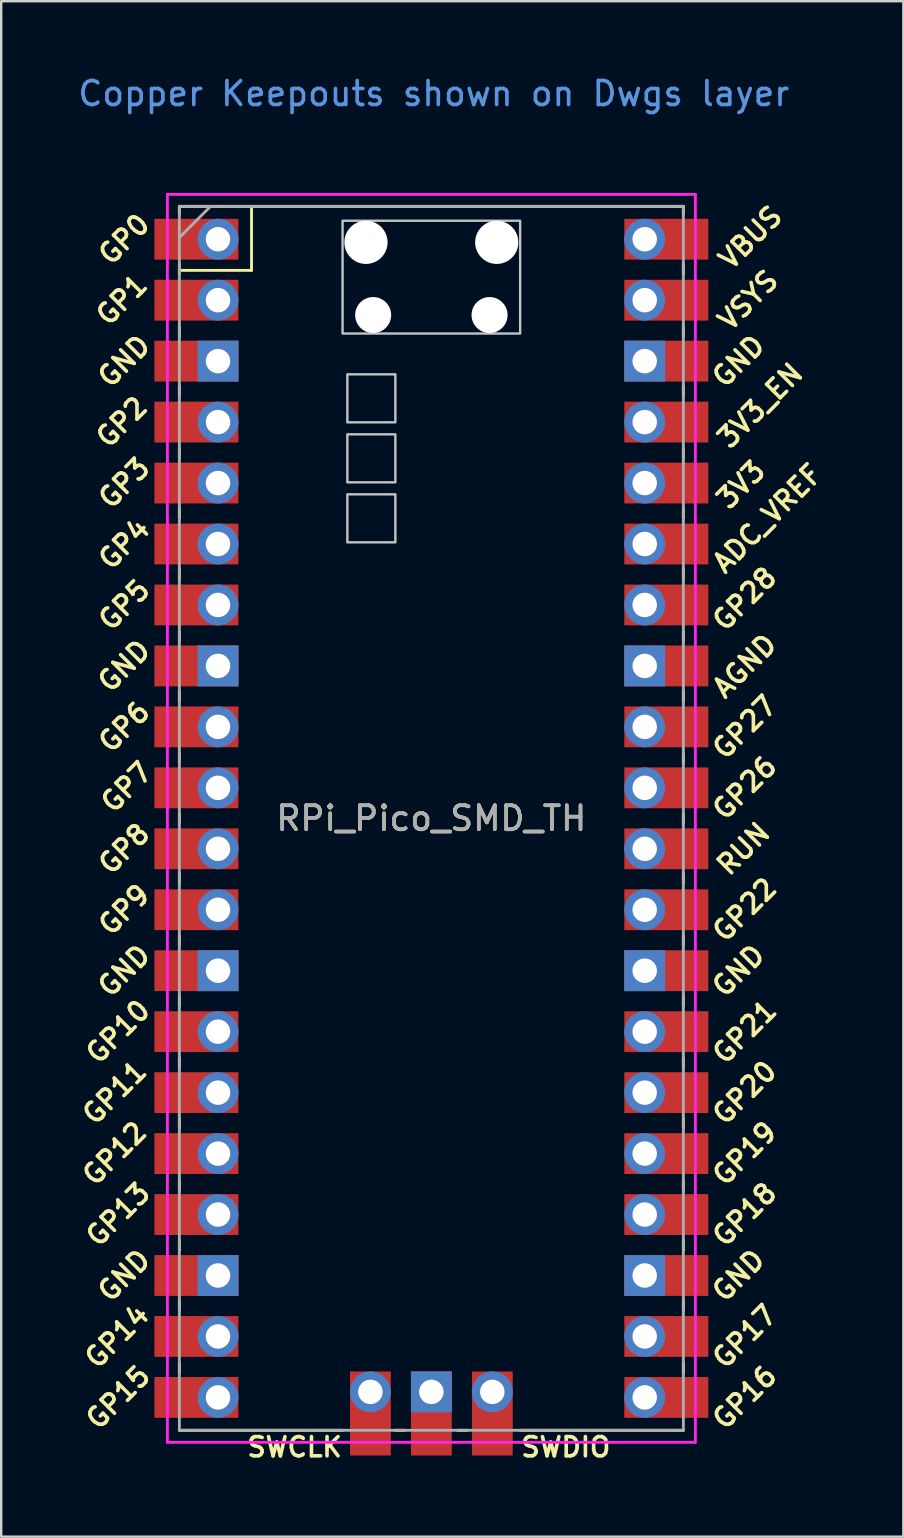
<source format=kicad_pcb>
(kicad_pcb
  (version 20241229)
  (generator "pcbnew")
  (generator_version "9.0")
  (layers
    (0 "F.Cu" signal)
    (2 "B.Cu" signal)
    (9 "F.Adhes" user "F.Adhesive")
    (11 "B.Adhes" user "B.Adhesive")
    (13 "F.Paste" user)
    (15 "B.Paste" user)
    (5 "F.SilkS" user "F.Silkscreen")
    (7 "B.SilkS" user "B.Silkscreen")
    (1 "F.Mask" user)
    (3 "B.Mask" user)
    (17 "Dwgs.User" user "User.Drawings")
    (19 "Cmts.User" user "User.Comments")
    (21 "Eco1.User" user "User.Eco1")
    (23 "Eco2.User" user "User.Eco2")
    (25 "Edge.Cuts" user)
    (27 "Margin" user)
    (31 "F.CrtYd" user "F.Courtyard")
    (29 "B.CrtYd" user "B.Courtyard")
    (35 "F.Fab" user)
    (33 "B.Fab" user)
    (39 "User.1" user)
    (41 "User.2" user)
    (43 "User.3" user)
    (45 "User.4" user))
  (footprint "RPi_Pico_SMD_TH"
    (layer "F.Cu")
    (at 14.924 31.048)
    (property "Reference" "RPi_Pico_SMD_TH" (at 0 0 0) (layer "F.SilkS") (effects (font (size 1 1) (thickness 0.15))))
    (attr through_hole)
    (fp_line (start -10.5 -25.5) (end -10.5 -25.2) (stroke (width 0.12) (type solid)) (layer "F.SilkS"))
    (fp_line (start -10.5 -25.5) (end 10.5 -25.5) (stroke (width 0.12) (type solid)) (layer "F.SilkS"))
    (fp_line (start -10.5 -23.1) (end -10.5 -22.7) (stroke (width 0.12) (type solid)) (layer "F.SilkS"))
    (fp_line (start -10.5 -22.833) (end -7.493 -22.833) (stroke (width 0.12) (type solid)) (layer "F.SilkS"))
    (fp_line (start -10.5 -20.5) (end -10.5 -20.1) (stroke (width 0.12) (type solid)) (layer "F.SilkS"))
    (fp_line (start -10.5 -18) (end -10.5 -17.6) (stroke (width 0.12) (type solid)) (layer "F.SilkS"))
    (fp_line (start -10.5 -15.4) (end -10.5 -15) (stroke (width 0.12) (type solid)) (layer "F.SilkS"))
    (fp_line (start -10.5 -12.9) (end -10.5 -12.5) (stroke (width 0.12) (type solid)) (layer "F.SilkS"))
    (fp_line (start -10.5 -10.4) (end -10.5 -10) (stroke (width 0.12) (type solid)) (layer "F.SilkS"))
    (fp_line (start -10.5 -7.8) (end -10.5 -7.4) (stroke (width 0.12) (type solid)) (layer "F.SilkS"))
    (fp_line (start -10.5 -5.3) (end -10.5 -4.9) (stroke (width 0.12) (type solid)) (layer "F.SilkS"))
    (fp_line (start -10.5 -2.7) (end -10.5 -2.3) (stroke (width 0.12) (type solid)) (layer "F.SilkS"))
    (fp_line (start -10.5 -0.2) (end -10.5 0.2) (stroke (width 0.12) (type solid)) (layer "F.SilkS"))
    (fp_line (start -10.5 2.3) (end -10.5 2.7) (stroke (width 0.12) (type solid)) (layer "F.SilkS"))
    (fp_line (start -10.5 4.9) (end -10.5 5.3) (stroke (width 0.12) (type solid)) (layer "F.SilkS"))
    (fp_line (start -10.5 7.4) (end -10.5 7.8) (stroke (width 0.12) (type solid)) (layer "F.SilkS"))
    (fp_line (start -10.5 10) (end -10.5 10.4) (stroke (width 0.12) (type solid)) (layer "F.SilkS"))
    (fp_line (start -10.5 12.5) (end -10.5 12.9) (stroke (width 0.12) (type solid)) (layer "F.SilkS"))
    (fp_line (start -10.5 15.1) (end -10.5 15.5) (stroke (width 0.12) (type solid)) (layer "F.SilkS"))
    (fp_line (start -10.5 17.6) (end -10.5 18) (stroke (width 0.12) (type solid)) (layer "F.SilkS"))
    (fp_line (start -10.5 20.1) (end -10.5 20.5) (stroke (width 0.12) (type solid)) (layer "F.SilkS"))
    (fp_line (start -10.5 22.7) (end -10.5 23.1) (stroke (width 0.12) (type solid)) (layer "F.SilkS"))
    (fp_line (start -7.493 -22.833) (end -7.493 -25.5) (stroke (width 0.12) (type solid)) (layer "F.SilkS"))
    (fp_line (start -3.7 25.5) (end -10.5 25.5) (stroke (width 0.12) (type solid)) (layer "F.SilkS"))
    (fp_line (start -1.5 25.5) (end -1.1 25.5) (stroke (width 0.12) (type solid)) (layer "F.SilkS"))
    (fp_line (start 1.1 25.5) (end 1.5 25.5) (stroke (width 0.12) (type solid)) (layer "F.SilkS"))
    (fp_line (start 10.5 -25.5) (end 10.5 -25.2) (stroke (width 0.12) (type solid)) (layer "F.SilkS"))
    (fp_line (start 10.5 -23.1) (end 10.5 -22.7) (stroke (width 0.12) (type solid)) (layer "F.SilkS"))
    (fp_line (start 10.5 -20.5) (end 10.5 -20.1) (stroke (width 0.12) (type solid)) (layer "F.SilkS"))
    (fp_line (start 10.5 -18) (end 10.5 -17.6) (stroke (width 0.12) (type solid)) (layer "F.SilkS"))
    (fp_line (start 10.5 -15.4) (end 10.5 -15) (stroke (width 0.12) (type solid)) (layer "F.SilkS"))
    (fp_line (start 10.5 -12.9) (end 10.5 -12.5) (stroke (width 0.12) (type solid)) (layer "F.SilkS"))
    (fp_line (start 10.5 -10.4) (end 10.5 -10) (stroke (width 0.12) (type solid)) (layer "F.SilkS"))
    (fp_line (start 10.5 -7.8) (end 10.5 -7.4) (stroke (width 0.12) (type solid)) (layer "F.SilkS"))
    (fp_line (start 10.5 -5.3) (end 10.5 -4.9) (stroke (width 0.12) (type solid)) (layer "F.SilkS"))
    (fp_line (start 10.5 -2.7) (end 10.5 -2.3) (stroke (width 0.12) (type solid)) (layer "F.SilkS"))
    (fp_line (start 10.5 -0.2) (end 10.5 0.2) (stroke (width 0.12) (type solid)) (layer "F.SilkS"))
    (fp_line (start 10.5 2.3) (end 10.5 2.7) (stroke (width 0.12) (type solid)) (layer "F.SilkS"))
    (fp_line (start 10.5 4.9) (end 10.5 5.3) (stroke (width 0.12) (type solid)) (layer "F.SilkS"))
    (fp_line (start 10.5 7.4) (end 10.5 7.8) (stroke (width 0.12) (type solid)) (layer "F.SilkS"))
    (fp_line (start 10.5 10) (end 10.5 10.4) (stroke (width 0.12) (type solid)) (layer "F.SilkS"))
    (fp_line (start 10.5 12.5) (end 10.5 12.9) (stroke (width 0.12) (type solid)) (layer "F.SilkS"))
    (fp_line (start 10.5 15.1) (end 10.5 15.5) (stroke (width 0.12) (type solid)) (layer "F.SilkS"))
    (fp_line (start 10.5 17.6) (end 10.5 18) (stroke (width 0.12) (type solid)) (layer "F.SilkS"))
    (fp_line (start 10.5 20.1) (end 10.5 20.5) (stroke (width 0.12) (type solid)) (layer "F.SilkS"))
    (fp_line (start 10.5 22.7) (end 10.5 23.1) (stroke (width 0.12) (type solid)) (layer "F.SilkS"))
    (fp_line (start 10.5 25.5) (end 3.7 25.5) (stroke (width 0.12) (type solid)) (layer "F.SilkS"))
    (fp_poly (pts (xy -1.5 -16.5) (xy -3.5 -16.5) (xy -3.5 -18.5) (xy -1.5 -18.5)) (stroke (width 0.1) (type solid)) (fill no) (layer "Dwgs.User"))
    (fp_poly (pts (xy -1.5 -14) (xy -3.5 -14) (xy -3.5 -16) (xy -1.5 -16)) (stroke (width 0.1) (type solid)) (fill no) (layer "Dwgs.User"))
    (fp_poly (pts (xy -1.5 -11.5) (xy -3.5 -11.5) (xy -3.5 -13.5) (xy -1.5 -13.5)) (stroke (width 0.1) (type solid)) (fill no) (layer "Dwgs.User"))
    (fp_poly (pts (xy 3.7 -20.2) (xy -3.7 -20.2) (xy -3.7 -24.9) (xy 3.7 -24.9)) (stroke (width 0.1) (type solid)) (fill no) (layer "Dwgs.User"))
    (fp_line (start -11 -26) (end 11 -26) (stroke (width 0.12) (type solid)) (layer "F.CrtYd"))
    (fp_line (start -11 26) (end -11 -26) (stroke (width 0.12) (type solid)) (layer "F.CrtYd"))
    (fp_line (start 11 -26) (end 11 26) (stroke (width 0.12) (type solid)) (layer "F.CrtYd"))
    (fp_line (start 11 26) (end -11 26) (stroke (width 0.12) (type solid)) (layer "F.CrtYd"))
    (fp_line (start -10.5 -25.5) (end 10.5 -25.5) (stroke (width 0.12) (type solid)) (layer "F.Fab"))
    (fp_line (start -10.5 -24.2) (end -9.2 -25.5) (stroke (width 0.12) (type solid)) (layer "F.Fab"))
    (fp_line (start -10.5 25.5) (end -10.5 -25.5) (stroke (width 0.12) (type solid)) (layer "F.Fab"))
    (fp_line (start 10.5 -25.5) (end 10.5 25.5) (stroke (width 0.12) (type solid)) (layer "F.Fab"))
    (fp_line (start 10.5 25.5) (end -10.5 25.5) (stroke (width 0.12) (type solid)) (layer "F.Fab"))
    (fp_text user "GP18" (at 13.054 16.51 45) (layer "F.SilkS") (effects (font (size 0.8 0.8) (thickness 0.15))))
    (fp_text user "GP4" (at -12.8 -11.43 45) (layer "F.SilkS") (effects (font (size 0.8 0.8) (thickness 0.15))))
    (fp_text user "GP27" (at 13.054 -3.8 45) (layer "F.SilkS") (effects (font (size 0.8 0.8) (thickness 0.15))))
    (fp_text user "GND" (at -12.8 -19.05 45) (layer "F.SilkS") (effects (font (size 0.8 0.8) (thickness 0.15))))
    (fp_text user "ADC_VREF" (at 14 -12.5 45) (layer "F.SilkS") (effects (font (size 0.8 0.8) (thickness 0.15))))
    (fp_text user "GP20" (at 13.054 11.43 45) (layer "F.SilkS") (effects (font (size 0.8 0.8) (thickness 0.15))))
    (fp_text user "GND" (at -12.8 -6.35 45) (layer "F.SilkS") (effects (font (size 0.8 0.8) (thickness 0.15))))
    (fp_text user "SWDIO" (at 5.6 26.2 0) (layer "F.SilkS") (effects (font (size 0.8 0.8) (thickness 0.15))))
    (fp_text user "GP0" (at -12.8 -24.13 45) (layer "F.SilkS") (effects (font (size 0.8 0.8) (thickness 0.15))))
    (fp_text user "GP9" (at -12.8 3.81 45) (layer "F.SilkS") (effects (font (size 0.8 0.8) (thickness 0.15))))
    (fp_text user "GND" (at -12.8 19.05 45) (layer "F.SilkS") (effects (font (size 0.8 0.8) (thickness 0.15))))
    (fp_text user "VSYS" (at 13.2 -21.59 45) (layer "F.SilkS") (effects (font (size 0.8 0.8) (thickness 0.15))))
    (fp_text user "GP11" (at -13.2 11.43 45) (layer "F.SilkS") (effects (font (size 0.8 0.8) (thickness 0.15))))
    (fp_text user "GP16" (at 13.054 24.13 45) (layer "F.SilkS") (effects (font (size 0.8 0.8) (thickness 0.15))))
    (fp_text user "GND" (at -12.8 6.35 45) (layer "F.SilkS") (effects (font (size 0.8 0.8) (thickness 0.15))))
    (fp_text user "GND" (at 12.8 6.35 45) (layer "F.SilkS") (effects (font (size 0.8 0.8) (thickness 0.15))))
    (fp_text user "GP15" (at -13.054 24.13 45) (layer "F.SilkS") (effects (font (size 0.8 0.8) (thickness 0.15))))
    (fp_text user "GND" (at 12.8 -19.05 45) (layer "F.SilkS") (effects (font (size 0.8 0.8) (thickness 0.15))))
    (fp_text user "GP13" (at -13.054 16.51 45) (layer "F.SilkS") (effects (font (size 0.8 0.8) (thickness 0.15))))
    (fp_text user "SWCLK" (at -5.7 26.2 0) (layer "F.SilkS") (effects (font (size 0.8 0.8) (thickness 0.15))))
    (fp_text user "RUN" (at 13 1.27 45) (layer "F.SilkS") (effects (font (size 0.8 0.8) (thickness 0.15))))
    (fp_text user "GP8" (at -12.8 1.27 45) (layer "F.SilkS") (effects (font (size 0.8 0.8) (thickness 0.15))))
    (fp_text user "GP12" (at -13.2 13.97 45) (layer "F.SilkS") (effects (font (size 0.8 0.8) (thickness 0.15))))
    (fp_text user "GP26" (at 13.054 -1.27 45) (layer "F.SilkS") (effects (font (size 0.8 0.8) (thickness 0.15))))
    (fp_text user "GP22" (at 13.054 3.81 45) (layer "F.SilkS") (effects (font (size 0.8 0.8) (thickness 0.15))))
    (fp_text user "GP19" (at 13.054 13.97 45) (layer "F.SilkS") (effects (font (size 0.8 0.8) (thickness 0.15))))
    (fp_text user "GP2" (at -12.9 -16.51 45) (layer "F.SilkS") (effects (font (size 0.8 0.8) (thickness 0.15))))
    (fp_text user "GP10" (at -13.054 8.89 45) (layer "F.SilkS") (effects (font (size 0.8 0.8) (thickness 0.15))))
    (fp_text user "3V3" (at 12.9 -13.9 45) (layer "F.SilkS") (effects (font (size 0.8 0.8) (thickness 0.15))))
    (fp_text user "GP28" (at 13.054 -9.144 45) (layer "F.SilkS") (effects (font (size 0.8 0.8) (thickness 0.15))))
    (fp_text user "GP21" (at 13.054 8.9 45) (layer "F.SilkS") (effects (font (size 0.8 0.8) (thickness 0.15))))
    (fp_text user "GP3" (at -12.8 -13.97 45) (layer "F.SilkS") (effects (font (size 0.8 0.8) (thickness 0.15))))
    (fp_text user "AGND" (at 13.054 -6.35 45) (layer "F.SilkS") (effects (font (size 0.8 0.8) (thickness 0.15))))
    (fp_text user "VBUS" (at 13.3 -24.2 45) (layer "F.SilkS") (effects (font (size 0.8 0.8) (thickness 0.15))))
    (fp_text user "GP5" (at -12.8 -8.89 45) (layer "F.SilkS") (effects (font (size 0.8 0.8) (thickness 0.15))))
    (fp_text user "GP1" (at -12.9 -21.6 45) (layer "F.SilkS") (effects (font (size 0.8 0.8) (thickness 0.15))))
    (fp_text user "3V3_EN" (at 13.7 -17.2 45) (layer "F.SilkS") (effects (font (size 0.8 0.8) (thickness 0.15))))
    (fp_text user "GP14" (at -13.1 21.59 45) (layer "F.SilkS") (effects (font (size 0.8 0.8) (thickness 0.15))))
    (fp_text user "GP7" (at -12.7 -1.3 45) (layer "F.SilkS") (effects (font (size 0.8 0.8) (thickness 0.15))))
    (fp_text user "GP17" (at 13.054 21.59 45) (layer "F.SilkS") (effects (font (size 0.8 0.8) (thickness 0.15))))
    (fp_text user "GP6" (at -12.8 -3.81 45) (layer "F.SilkS") (effects (font (size 0.8 0.8) (thickness 0.15))))
    (fp_text user "GND" (at 12.8 19.05 45) (layer "F.SilkS") (effects (font (size 0.8 0.8) (thickness 0.15))))
    (fp_text user "Copper Keepouts shown on Dwgs layer" (at 0.1 -30.2 0) (layer "Cmts.User") (effects (font (size 1 1) (thickness 0.15))))
    (fp_text user "${REFERENCE}" (at 0 0 180) (layer "F.Fab") (effects (font (size 1 1) (thickness 0.15))))
    (pad "" np_thru_hole oval (at -2.725 -24) (size 1.8 1.8) (drill 1.8) (layers "*.Cu" "*.Mask"))
    (pad "" np_thru_hole oval (at -2.425 -20.97) (size 1.5 1.5) (drill 1.5) (layers "*.Cu" "*.Mask"))
    (pad "" np_thru_hole oval (at 2.425 -20.97) (size 1.5 1.5) (drill 1.5) (layers "*.Cu" "*.Mask"))
    (pad "" np_thru_hole oval (at 2.725 -24) (size 1.8 1.8) (drill 1.8) (layers "*.Cu" "*.Mask"))
    (pad "1" thru_hole oval (at -8.89 -24.13) (size 1.7 1.7) (drill 1.02) (layers "*.Cu" "*.Mask"))
    (pad "1" smd rect (at -8.89 -24.13) (size 3.5 1.7) (drill (offset -0.9 0)) (layers "F.Cu" "F.Mask"))
    (pad "2" thru_hole oval (at -8.89 -21.59) (size 1.7 1.7) (drill 1.02) (layers "*.Cu" "*.Mask"))
    (pad "2" smd rect (at -8.89 -21.59) (size 3.5 1.7) (drill (offset -0.9 0)) (layers "F.Cu" "F.Mask"))
    (pad "3" thru_hole rect (at -8.89 -19.05) (size 1.7 1.7) (drill 1.02) (layers "*.Cu" "*.Mask"))
    (pad "3" smd rect (at -8.89 -19.05) (size 3.5 1.7) (drill (offset -0.9 0)) (layers "F.Cu" "F.Mask"))
    (pad "4" thru_hole oval (at -8.89 -16.51) (size 1.7 1.7) (drill 1.02) (layers "*.Cu" "*.Mask"))
    (pad "4" smd rect (at -8.89 -16.51) (size 3.5 1.7) (drill (offset -0.9 0)) (layers "F.Cu" "F.Mask"))
    (pad "5" thru_hole oval (at -8.89 -13.97) (size 1.7 1.7) (drill 1.02) (layers "*.Cu" "*.Mask"))
    (pad "5" smd rect (at -8.89 -13.97) (size 3.5 1.7) (drill (offset -0.9 0)) (layers "F.Cu" "F.Mask"))
    (pad "6" thru_hole oval (at -8.89 -11.43) (size 1.7 1.7) (drill 1.02) (layers "*.Cu" "*.Mask"))
    (pad "6" smd rect (at -8.89 -11.43) (size 3.5 1.7) (drill (offset -0.9 0)) (layers "F.Cu" "F.Mask"))
    (pad "7" thru_hole oval (at -8.89 -8.89) (size 1.7 1.7) (drill 1.02) (layers "*.Cu" "*.Mask"))
    (pad "7" smd rect (at -8.89 -8.89) (size 3.5 1.7) (drill (offset -0.9 0)) (layers "F.Cu" "F.Mask"))
    (pad "8" thru_hole rect (at -8.89 -6.35) (size 1.7 1.7) (drill 1.02) (layers "*.Cu" "*.Mask"))
    (pad "8" smd rect (at -8.89 -6.35) (size 3.5 1.7) (drill (offset -0.9 0)) (layers "F.Cu" "F.Mask"))
    (pad "9" thru_hole oval (at -8.89 -3.81) (size 1.7 1.7) (drill 1.02) (layers "*.Cu" "*.Mask"))
    (pad "9" smd rect (at -8.89 -3.81) (size 3.5 1.7) (drill (offset -0.9 0)) (layers "F.Cu" "F.Mask"))
    (pad "10" thru_hole oval (at -8.89 -1.27) (size 1.7 1.7) (drill 1.02) (layers "*.Cu" "*.Mask"))
    (pad "10" smd rect (at -8.89 -1.27) (size 3.5 1.7) (drill (offset -0.9 0)) (layers "F.Cu" "F.Mask"))
    (pad "11" thru_hole oval (at -8.89 1.27) (size 1.7 1.7) (drill 1.02) (layers "*.Cu" "*.Mask"))
    (pad "11" smd rect (at -8.89 1.27) (size 3.5 1.7) (drill (offset -0.9 0)) (layers "F.Cu" "F.Mask"))
    (pad "12" thru_hole oval (at -8.89 3.81) (size 1.7 1.7) (drill 1.02) (layers "*.Cu" "*.Mask"))
    (pad "12" smd rect (at -8.89 3.81) (size 3.5 1.7) (drill (offset -0.9 0)) (layers "F.Cu" "F.Mask"))
    (pad "13" thru_hole rect (at -8.89 6.35) (size 1.7 1.7) (drill 1.02) (layers "*.Cu" "*.Mask"))
    (pad "13" smd rect (at -8.89 6.35) (size 3.5 1.7) (drill (offset -0.9 0)) (layers "F.Cu" "F.Mask"))
    (pad "14" thru_hole oval (at -8.89 8.89) (size 1.7 1.7) (drill 1.02) (layers "*.Cu" "*.Mask"))
    (pad "14" smd rect (at -8.89 8.89) (size 3.5 1.7) (drill (offset -0.9 0)) (layers "F.Cu" "F.Mask"))
    (pad "15" thru_hole oval (at -8.89 11.43) (size 1.7 1.7) (drill 1.02) (layers "*.Cu" "*.Mask"))
    (pad "15" smd rect (at -8.89 11.43) (size 3.5 1.7) (drill (offset -0.9 0)) (layers "F.Cu" "F.Mask"))
    (pad "16" thru_hole oval (at -8.89 13.97) (size 1.7 1.7) (drill 1.02) (layers "*.Cu" "*.Mask"))
    (pad "16" smd rect (at -8.89 13.97) (size 3.5 1.7) (drill (offset -0.9 0)) (layers "F.Cu" "F.Mask"))
    (pad "17" thru_hole oval (at -8.89 16.51) (size 1.7 1.7) (drill 1.02) (layers "*.Cu" "*.Mask"))
    (pad "17" smd rect (at -8.89 16.51) (size 3.5 1.7) (drill (offset -0.9 0)) (layers "F.Cu" "F.Mask"))
    (pad "18" thru_hole rect (at -8.89 19.05) (size 1.7 1.7) (drill 1.02) (layers "*.Cu" "*.Mask"))
    (pad "18" smd rect (at -8.89 19.05) (size 3.5 1.7) (drill (offset -0.9 0)) (layers "F.Cu" "F.Mask"))
    (pad "19" thru_hole oval (at -8.89 21.59) (size 1.7 1.7) (drill 1.02) (layers "*.Cu" "*.Mask"))
    (pad "19" smd rect (at -8.89 21.59) (size 3.5 1.7) (drill (offset -0.9 0)) (layers "F.Cu" "F.Mask"))
    (pad "20" thru_hole oval (at -8.89 24.13) (size 1.7 1.7) (drill 1.02) (layers "*.Cu" "*.Mask"))
    (pad "20" smd rect (at -8.89 24.13) (size 3.5 1.7) (drill (offset -0.9 0)) (layers "F.Cu" "F.Mask"))
    (pad "21" thru_hole oval (at 8.89 24.13) (size 1.7 1.7) (drill 1.02) (layers "*.Cu" "*.Mask"))
    (pad "21" smd rect (at 8.89 24.13) (size 3.5 1.7) (drill (offset 0.9 0)) (layers "F.Cu" "F.Mask"))
    (pad "22" thru_hole oval (at 8.89 21.59) (size 1.7 1.7) (drill 1.02) (layers "*.Cu" "*.Mask"))
    (pad "22" smd rect (at 8.89 21.59) (size 3.5 1.7) (drill (offset 0.9 0)) (layers "F.Cu" "F.Mask"))
    (pad "23" thru_hole rect (at 8.89 19.05) (size 1.7 1.7) (drill 1.02) (layers "*.Cu" "*.Mask"))
    (pad "23" smd rect (at 8.89 19.05) (size 3.5 1.7) (drill (offset 0.9 0)) (layers "F.Cu" "F.Mask"))
    (pad "24" thru_hole oval (at 8.89 16.51) (size 1.7 1.7) (drill 1.02) (layers "*.Cu" "*.Mask"))
    (pad "24" smd rect (at 8.89 16.51) (size 3.5 1.7) (drill (offset 0.9 0)) (layers "F.Cu" "F.Mask"))
    (pad "25" thru_hole oval (at 8.89 13.97) (size 1.7 1.7) (drill 1.02) (layers "*.Cu" "*.Mask"))
    (pad "25" smd rect (at 8.89 13.97) (size 3.5 1.7) (drill (offset 0.9 0)) (layers "F.Cu" "F.Mask"))
    (pad "26" thru_hole oval (at 8.89 11.43) (size 1.7 1.7) (drill 1.02) (layers "*.Cu" "*.Mask"))
    (pad "26" smd rect (at 8.89 11.43) (size 3.5 1.7) (drill (offset 0.9 0)) (layers "F.Cu" "F.Mask"))
    (pad "27" thru_hole oval (at 8.89 8.89) (size 1.7 1.7) (drill 1.02) (layers "*.Cu" "*.Mask"))
    (pad "27" smd rect (at 8.89 8.89) (size 3.5 1.7) (drill (offset 0.9 0)) (layers "F.Cu" "F.Mask"))
    (pad "28" thru_hole rect (at 8.89 6.35) (size 1.7 1.7) (drill 1.02) (layers "*.Cu" "*.Mask"))
    (pad "28" smd rect (at 8.89 6.35) (size 3.5 1.7) (drill (offset 0.9 0)) (layers "F.Cu" "F.Mask"))
    (pad "29" thru_hole oval (at 8.89 3.81) (size 1.7 1.7) (drill 1.02) (layers "*.Cu" "*.Mask"))
    (pad "29" smd rect (at 8.89 3.81) (size 3.5 1.7) (drill (offset 0.9 0)) (layers "F.Cu" "F.Mask"))
    (pad "30" thru_hole oval (at 8.89 1.27) (size 1.7 1.7) (drill 1.02) (layers "*.Cu" "*.Mask"))
    (pad "30" smd rect (at 8.89 1.27) (size 3.5 1.7) (drill (offset 0.9 0)) (layers "F.Cu" "F.Mask"))
    (pad "31" thru_hole oval (at 8.89 -1.27) (size 1.7 1.7) (drill 1.02) (layers "*.Cu" "*.Mask"))
    (pad "31" smd rect (at 8.89 -1.27) (size 3.5 1.7) (drill (offset 0.9 0)) (layers "F.Cu" "F.Mask"))
    (pad "32" thru_hole oval (at 8.89 -3.81) (size 1.7 1.7) (drill 1.02) (layers "*.Cu" "*.Mask"))
    (pad "32" smd rect (at 8.89 -3.81) (size 3.5 1.7) (drill (offset 0.9 0)) (layers "F.Cu" "F.Mask"))
    (pad "33" thru_hole rect (at 8.89 -6.35) (size 1.7 1.7) (drill 1.02) (layers "*.Cu" "*.Mask"))
    (pad "33" smd rect (at 8.89 -6.35) (size 3.5 1.7) (drill (offset 0.9 0)) (layers "F.Cu" "F.Mask"))
    (pad "34" thru_hole oval (at 8.89 -8.89) (size 1.7 1.7) (drill 1.02) (layers "*.Cu" "*.Mask"))
    (pad "34" smd rect (at 8.89 -8.89) (size 3.5 1.7) (drill (offset 0.9 0)) (layers "F.Cu" "F.Mask"))
    (pad "35" thru_hole oval (at 8.89 -11.43) (size 1.7 1.7) (drill 1.02) (layers "*.Cu" "*.Mask"))
    (pad "35" smd rect (at 8.89 -11.43) (size 3.5 1.7) (drill (offset 0.9 0)) (layers "F.Cu" "F.Mask"))
    (pad "36" thru_hole oval (at 8.89 -13.97) (size 1.7 1.7) (drill 1.02) (layers "*.Cu" "*.Mask"))
    (pad "36" smd rect (at 8.89 -13.97) (size 3.5 1.7) (drill (offset 0.9 0)) (layers "F.Cu" "F.Mask"))
    (pad "37" thru_hole oval (at 8.89 -16.51) (size 1.7 1.7) (drill 1.02) (layers "*.Cu" "*.Mask"))
    (pad "37" smd rect (at 8.89 -16.51) (size 3.5 1.7) (drill (offset 0.9 0)) (layers "F.Cu" "F.Mask"))
    (pad "38" thru_hole rect (at 8.89 -19.05) (size 1.7 1.7) (drill 1.02) (layers "*.Cu" "*.Mask"))
    (pad "38" smd rect (at 8.89 -19.05) (size 3.5 1.7) (drill (offset 0.9 0)) (layers "F.Cu" "F.Mask"))
    (pad "39" thru_hole oval (at 8.89 -21.59) (size 1.7 1.7) (drill 1.02) (layers "*.Cu" "*.Mask"))
    (pad "39" smd rect (at 8.89 -21.59) (size 3.5 1.7) (drill (offset 0.9 0)) (layers "F.Cu" "F.Mask"))
    (pad "40" thru_hole oval (at 8.89 -24.13) (size 1.7 1.7) (drill 1.02) (layers "*.Cu" "*.Mask"))
    (pad "40" smd rect (at 8.89 -24.13) (size 3.5 1.7) (drill (offset 0.9 0)) (layers "F.Cu" "F.Mask"))
    (pad "41" thru_hole oval (at -2.54 23.9) (size 1.7 1.7) (drill 1.02) (layers "*.Cu" "*.Mask"))
    (pad "41" smd rect (at -2.54 23.9 90) (size 3.5 1.7) (drill (offset -0.9 0)) (layers "F.Cu" "F.Mask"))
    (pad "42" thru_hole rect (at 0 23.9) (size 1.7 1.7) (drill 1.02) (layers "*.Cu" "*.Mask"))
    (pad "42" smd rect (at 0 23.9 90) (size 3.5 1.7) (drill (offset -0.9 0)) (layers "F.Cu" "F.Mask"))
    (pad "43" thru_hole oval (at 2.54 23.9) (size 1.7 1.7) (drill 1.02) (layers "*.Cu" "*.Mask"))
    (pad "43" smd rect (at 2.54 23.9 90) (size 3.5 1.7) (drill (offset -0.9 0)) (layers "F.Cu" "F.Mask")))
  (gr_rect
    (start -3 -3)
    (end 34.591 60.98)
    (stroke (width 0.1) (type default))
    (fill no)
    (layer "Edge.Cuts")))
</source>
